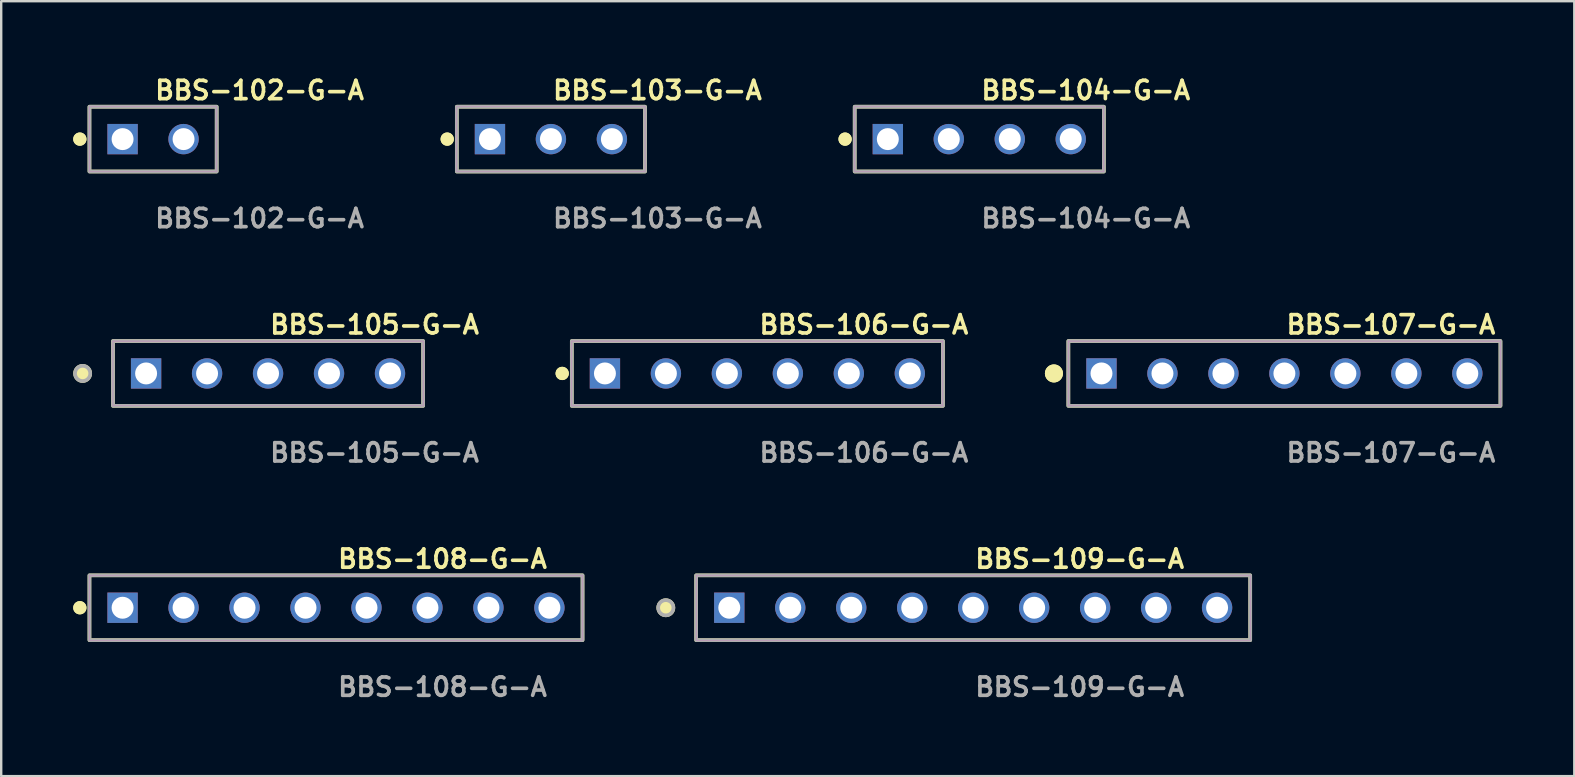
<source format=kicad_pcb>
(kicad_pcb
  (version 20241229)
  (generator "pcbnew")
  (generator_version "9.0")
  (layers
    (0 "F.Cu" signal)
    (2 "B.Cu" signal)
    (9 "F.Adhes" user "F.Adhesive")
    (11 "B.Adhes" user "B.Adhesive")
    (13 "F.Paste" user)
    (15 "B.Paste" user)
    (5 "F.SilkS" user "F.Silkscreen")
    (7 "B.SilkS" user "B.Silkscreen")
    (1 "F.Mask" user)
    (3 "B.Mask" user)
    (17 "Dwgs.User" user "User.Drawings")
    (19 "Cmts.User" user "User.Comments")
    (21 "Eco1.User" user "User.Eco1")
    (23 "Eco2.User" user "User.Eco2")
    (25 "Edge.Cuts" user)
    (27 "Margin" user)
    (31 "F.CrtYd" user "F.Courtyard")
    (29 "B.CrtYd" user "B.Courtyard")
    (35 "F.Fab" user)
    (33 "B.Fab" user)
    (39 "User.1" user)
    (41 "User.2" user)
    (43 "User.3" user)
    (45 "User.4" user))
  (footprint "BBS-104-G-A"
    (layer "F.Cu")
    (at 37.743 2.745)
    (property "Reference" "BBS-104-G-A" (at 0 -2.032 0) (unlocked yes) (layer "F.SilkS") (effects (font (size 0.762 0.762) (thickness 0.152)) (justify left)))
    (fp_rect (start -5.19 1.35) (end 5.19 -1.35) (stroke (width 0.152) (type solid)) (fill no) (layer "F.SilkS"))
    (fp_circle (center -5.59 0) (end -5.79 0) (stroke (width 0.152) (type solid)) (fill yes) (layer "F.SilkS"))
    (fp_circle (center -5.59 0) (end -5.79 0) (stroke (width 0.152) (type solid)) (fill yes) (layer "F.SilkS"))
    (fp_rect (start -5.19 1.35) (end 5.19 -1.35) (stroke (width 0.006) (type solid)) (fill no) (layer "F.CrtYd"))
    (fp_rect (start -5.19 1.35) (end 5.19 -1.35) (stroke (width 0.152) (type solid)) (fill no) (layer "F.Fab"))
    (fp_text user "${REFERENCE}" (at 0 3.302 0) (unlocked yes) (layer "F.Fab") (effects (font (size 0.762 0.762) (thickness 0.152)) (justify left)))
    (pad "1" thru_hole rect (at -3.81 0) (size 1.264 1.264) (drill 0.914) (layers "*.Cu" "*.Mask"))
    (pad "2" thru_hole circle (at -1.27 0) (size 1.264 1.264) (drill 0.914) (layers "*.Cu" "*.Mask"))
    (pad "3" thru_hole circle (at 1.27 0) (size 1.264 1.264) (drill 0.914) (layers "*.Cu" "*.Mask"))
    (pad "4" thru_hole circle (at 3.81 0) (size 1.264 1.264) (drill 0.914) (layers "*.Cu" "*.Mask")))
  (footprint "BBS-108-G-A"
    (layer "F.Cu")
    (at 10.946 22.266)
    (property "Reference" "BBS-108-G-A" (at 0 -2.032 0) (unlocked yes) (layer "F.SilkS") (effects (font (size 0.762 0.762) (thickness 0.152)) (justify left)))
    (fp_rect (start -10.27 1.35) (end 10.27 -1.35) (stroke (width 0.152) (type solid)) (fill no) (layer "F.SilkS"))
    (fp_circle (center -10.67 0) (end -10.87 0) (stroke (width 0.152) (type solid)) (fill yes) (layer "F.SilkS"))
    (fp_circle (center -10.67 0) (end -10.87 0) (stroke (width 0.152) (type solid)) (fill yes) (layer "F.SilkS"))
    (fp_rect (start -10.27 1.35) (end 10.27 -1.35) (stroke (width 0.006) (type solid)) (fill no) (layer "F.CrtYd"))
    (fp_rect (start -10.27 1.35) (end 10.27 -1.35) (stroke (width 0.152) (type solid)) (fill no) (layer "F.Fab"))
    (fp_text user "${REFERENCE}" (at 0 3.302 0) (unlocked yes) (layer "F.Fab") (effects (font (size 0.762 0.762) (thickness 0.152)) (justify left)))
    (pad "1" thru_hole rect (at -8.89 0) (size 1.264 1.264) (drill 0.914) (layers "*.Cu" "*.Mask"))
    (pad "2" thru_hole circle (at -6.35 0) (size 1.264 1.264) (drill 0.914) (layers "*.Cu" "*.Mask"))
    (pad "3" thru_hole circle (at -3.81 0) (size 1.264 1.264) (drill 0.914) (layers "*.Cu" "*.Mask"))
    (pad "4" thru_hole circle (at -1.27 0) (size 1.264 1.264) (drill 0.914) (layers "*.Cu" "*.Mask"))
    (pad "5" thru_hole circle (at 1.27 0) (size 1.264 1.264) (drill 0.914) (layers "*.Cu" "*.Mask"))
    (pad "6" thru_hole circle (at 3.81 0) (size 1.264 1.264) (drill 0.914) (layers "*.Cu" "*.Mask"))
    (pad "7" thru_hole circle (at 6.35 0) (size 1.264 1.264) (drill 0.914) (layers "*.Cu" "*.Mask"))
    (pad "8" thru_hole circle (at 8.89 0) (size 1.264 1.264) (drill 0.914) (layers "*.Cu" "*.Mask")))
  (footprint "BBS-102-G-A"
    (layer "F.Cu")
    (at 3.326 2.745)
    (property "Reference" "BBS-102-G-A" (at 0 -2.032 0) (unlocked yes) (layer "F.SilkS") (effects (font (size 0.762 0.762) (thickness 0.152)) (justify left)))
    (fp_rect (start -2.65 1.35) (end 2.65 -1.35) (stroke (width 0.152) (type solid)) (fill no) (layer "F.SilkS"))
    (fp_circle (center -3.05 0) (end -3.25 0) (stroke (width 0.152) (type solid)) (fill yes) (layer "F.SilkS"))
    (fp_circle (center -3.05 0) (end -3.25 0) (stroke (width 0.152) (type solid)) (fill yes) (layer "F.SilkS"))
    (fp_rect (start -2.65 1.35) (end 2.65 -1.35) (stroke (width 0.006) (type solid)) (fill no) (layer "F.CrtYd"))
    (fp_rect (start -2.65 1.35) (end 2.65 -1.35) (stroke (width 0.152) (type solid)) (fill no) (layer "F.Fab"))
    (fp_text user "${REFERENCE}" (at 0 3.302 0) (unlocked yes) (layer "F.Fab") (effects (font (size 0.762 0.762) (thickness 0.152)) (justify left)))
    (pad "1" thru_hole rect (at -1.27 0) (size 1.264 1.264) (drill 0.914) (layers "*.Cu" "*.Mask"))
    (pad "2" thru_hole circle (at 1.27 0) (size 1.264 1.264) (drill 0.914) (layers "*.Cu" "*.Mask")))
  (footprint "BBS-107-G-A"
    (layer "F.Cu")
    (at 50.453 12.506)
    (property "Reference" "BBS-107-G-A" (at 0 -2.032 0) (unlocked yes) (layer "F.SilkS") (effects (font (size 0.762 0.762) (thickness 0.152)) (justify left)))
    (fp_rect (start -9 1.35) (end 9 -1.35) (stroke (width 0.152) (type solid)) (fill no) (layer "F.SilkS"))
    (fp_circle (center -9.6 0) (end -9.9 0) (stroke (width 0.152) (type solid)) (fill yes) (layer "F.SilkS"))
    (fp_circle (center -9.6 0) (end -9.9 0) (stroke (width 0.152) (type solid)) (fill yes) (layer "F.SilkS"))
    (fp_rect (start -9 1.35) (end 9 -1.35) (stroke (width 0.006) (type solid)) (fill no) (layer "F.CrtYd"))
    (fp_rect (start -9 1.35) (end 9 -1.35) (stroke (width 0.152) (type solid)) (fill no) (layer "F.Fab"))
    (fp_text user "${REFERENCE}" (at 0 3.302 0) (unlocked yes) (layer "F.Fab") (effects (font (size 0.762 0.762) (thickness 0.152)) (justify left)))
    (pad "1" thru_hole rect (at -7.62 0) (size 1.264 1.264) (drill 0.914) (layers "*.Cu" "*.Mask"))
    (pad "2" thru_hole circle (at -5.08 0) (size 1.264 1.264) (drill 0.914) (layers "*.Cu" "*.Mask"))
    (pad "3" thru_hole circle (at -2.54 0) (size 1.264 1.264) (drill 0.914) (layers "*.Cu" "*.Mask"))
    (pad "4" thru_hole circle (at 0 0) (size 1.264 1.264) (drill 0.914) (layers "*.Cu" "*.Mask"))
    (pad "5" thru_hole circle (at 2.54 0) (size 1.264 1.264) (drill 0.914) (layers "*.Cu" "*.Mask"))
    (pad "6" thru_hole circle (at 5.08 0) (size 1.264 1.264) (drill 0.914) (layers "*.Cu" "*.Mask"))
    (pad "7" thru_hole circle (at 7.62 0) (size 1.264 1.264) (drill 0.914) (layers "*.Cu" "*.Mask")))
  (footprint "BBS-105-G-A"
    (layer "F.Cu")
    (at 8.116 12.506)
    (property "Reference" "BBS-105-G-A" (at 0 -2.032 0) (unlocked yes) (layer "F.SilkS") (effects (font (size 0.762 0.762) (thickness 0.152)) (justify left)))
    (fp_rect (start -6.46 1.35) (end 6.46 -1.35) (stroke (width 0.152) (type solid)) (fill no) (layer "F.SilkS"))
    (fp_circle (center -7.724 0) (end -8.04 0) (stroke (width 0.152) (type solid)) (fill yes) (layer "F.SilkS"))
    (fp_rect (start -6.46 1.35) (end 6.46 -1.35) (stroke (width 0.006) (type solid)) (fill no) (layer "F.CrtYd"))
    (fp_rect (start -6.46 1.35) (end 6.46 -1.35) (stroke (width 0.152) (type solid)) (fill no) (layer "F.Fab"))
    (fp_circle (center -7.724 0) (end -8.04 0) (stroke (width 0.152) (type solid)) (fill no) (layer "F.Fab"))
    (fp_text user "${REFERENCE}" (at 0 3.302 0) (unlocked yes) (layer "F.Fab") (effects (font (size 0.762 0.762) (thickness 0.152)) (justify left)))
    (pad "1" thru_hole rect (at -5.08 0) (size 1.264 1.264) (drill 0.914) (layers "*.Cu" "*.Mask"))
    (pad "2" thru_hole circle (at -2.54 0) (size 1.264 1.264) (drill 0.914) (layers "*.Cu" "*.Mask"))
    (pad "3" thru_hole circle (at 0 0) (size 1.264 1.264) (drill 0.914) (layers "*.Cu" "*.Mask"))
    (pad "4" thru_hole circle (at 2.54 0) (size 1.264 1.264) (drill 0.914) (layers "*.Cu" "*.Mask"))
    (pad "5" thru_hole circle (at 5.08 0) (size 1.264 1.264) (drill 0.914) (layers "*.Cu" "*.Mask")))
  (footprint "BBS-103-G-A"
    (layer "F.Cu")
    (at 19.899 2.745)
    (property "Reference" "BBS-103-G-A" (at 0 -2.032 0) (unlocked yes) (layer "F.SilkS") (effects (font (size 0.762 0.762) (thickness 0.152)) (justify left)))
    (fp_rect (start -3.92 1.35) (end 3.92 -1.35) (stroke (width 0.152) (type solid)) (fill no) (layer "F.SilkS"))
    (fp_circle (center -4.32 0) (end -4.52 0) (stroke (width 0.152) (type solid)) (fill yes) (layer "F.SilkS"))
    (fp_circle (center -4.32 0) (end -4.52 0) (stroke (width 0.152) (type solid)) (fill yes) (layer "F.SilkS"))
    (fp_rect (start -3.92 1.35) (end 3.92 -1.35) (stroke (width 0.006) (type solid)) (fill no) (layer "F.CrtYd"))
    (fp_rect (start -3.92 1.35) (end 3.92 -1.35) (stroke (width 0.152) (type solid)) (fill no) (layer "F.Fab"))
    (fp_text user "${REFERENCE}" (at 0 3.302 0) (unlocked yes) (layer "F.Fab") (effects (font (size 0.762 0.762) (thickness 0.152)) (justify left)))
    (pad "1" thru_hole rect (at -2.54 0) (size 1.264 1.264) (drill 0.914) (layers "*.Cu" "*.Mask"))
    (pad "2" thru_hole circle (at 0 0) (size 1.264 1.264) (drill 0.914) (layers "*.Cu" "*.Mask"))
    (pad "3" thru_hole circle (at 2.54 0) (size 1.264 1.264) (drill 0.914) (layers "*.Cu" "*.Mask")))
  (footprint "BBS-109-G-A"
    (layer "F.Cu")
    (at 37.489 22.266)
    (property "Reference" "BBS-109-G-A" (at 0 -2.032 0) (unlocked yes) (layer "F.SilkS") (effects (font (size 0.762 0.762) (thickness 0.152)) (justify left)))
    (fp_rect (start -11.54 1.35) (end 11.54 -1.35) (stroke (width 0.152) (type solid)) (fill no) (layer "F.SilkS"))
    (fp_circle (center -12.804 0) (end -13.12 0) (stroke (width 0.152) (type solid)) (fill yes) (layer "F.SilkS"))
    (fp_rect (start -11.54 1.35) (end 11.54 -1.35) (stroke (width 0.006) (type solid)) (fill no) (layer "F.CrtYd"))
    (fp_rect (start -11.54 1.35) (end 11.54 -1.35) (stroke (width 0.152) (type solid)) (fill no) (layer "F.Fab"))
    (fp_circle (center -12.804 0) (end -13.12 0) (stroke (width 0.152) (type solid)) (fill no) (layer "F.Fab"))
    (fp_text user "${REFERENCE}" (at 0 3.302 0) (unlocked yes) (layer "F.Fab") (effects (font (size 0.762 0.762) (thickness 0.152)) (justify left)))
    (pad "1" thru_hole rect (at -10.16 0) (size 1.264 1.264) (drill 0.914) (layers "*.Cu" "*.Mask"))
    (pad "2" thru_hole circle (at -7.62 0) (size 1.264 1.264) (drill 0.914) (layers "*.Cu" "*.Mask"))
    (pad "3" thru_hole circle (at -5.08 0) (size 1.264 1.264) (drill 0.914) (layers "*.Cu" "*.Mask"))
    (pad "4" thru_hole circle (at -2.54 0) (size 1.264 1.264) (drill 0.914) (layers "*.Cu" "*.Mask"))
    (pad "5" thru_hole circle (at 0 0) (size 1.264 1.264) (drill 0.914) (layers "*.Cu" "*.Mask"))
    (pad "6" thru_hole circle (at 2.54 0) (size 1.264 1.264) (drill 0.914) (layers "*.Cu" "*.Mask"))
    (pad "7" thru_hole circle (at 5.08 0) (size 1.264 1.264) (drill 0.914) (layers "*.Cu" "*.Mask"))
    (pad "8" thru_hole circle (at 7.62 0) (size 1.264 1.264) (drill 0.914) (layers "*.Cu" "*.Mask"))
    (pad "9" thru_hole circle (at 10.16 0) (size 1.264 1.264) (drill 0.914) (layers "*.Cu" "*.Mask")))
  (footprint "BBS-106-G-A"
    (layer "F.Cu")
    (at 28.499 12.506)
    (property "Reference" "BBS-106-G-A" (at 0 -2.032 0) (unlocked yes) (layer "F.SilkS") (effects (font (size 0.762 0.762) (thickness 0.152)) (justify left)))
    (fp_rect (start -7.73 1.35) (end 7.73 -1.35) (stroke (width 0.152) (type solid)) (fill no) (layer "F.SilkS"))
    (fp_circle (center -8.13 0) (end -8.33 0) (stroke (width 0.152) (type solid)) (fill yes) (layer "F.SilkS"))
    (fp_circle (center -8.13 0) (end -8.33 0) (stroke (width 0.152) (type solid)) (fill yes) (layer "F.SilkS"))
    (fp_rect (start -7.73 1.35) (end 7.73 -1.35) (stroke (width 0.006) (type solid)) (fill no) (layer "F.CrtYd"))
    (fp_rect (start -7.73 1.35) (end 7.73 -1.35) (stroke (width 0.152) (type solid)) (fill no) (layer "F.Fab"))
    (fp_text user "${REFERENCE}" (at 0 3.302 0) (unlocked yes) (layer "F.Fab") (effects (font (size 0.762 0.762) (thickness 0.152)) (justify left)))
    (pad "1" thru_hole rect (at -6.35 0) (size 1.264 1.264) (drill 0.914) (layers "*.Cu" "*.Mask"))
    (pad "2" thru_hole circle (at -3.81 0) (size 1.264 1.264) (drill 0.914) (layers "*.Cu" "*.Mask"))
    (pad "3" thru_hole circle (at -1.27 0) (size 1.264 1.264) (drill 0.914) (layers "*.Cu" "*.Mask"))
    (pad "4" thru_hole circle (at 1.27 0) (size 1.264 1.264) (drill 0.914) (layers "*.Cu" "*.Mask"))
    (pad "5" thru_hole circle (at 3.81 0) (size 1.264 1.264) (drill 0.914) (layers "*.Cu" "*.Mask"))
    (pad "6" thru_hole circle (at 6.35 0) (size 1.264 1.264) (drill 0.914) (layers "*.Cu" "*.Mask")))
  (gr_rect
    (start -3 -3)
    (end 62.529 29.281)
    (stroke (width 0.1) (type default))
    (fill no)
    (layer "Edge.Cuts")))
</source>
